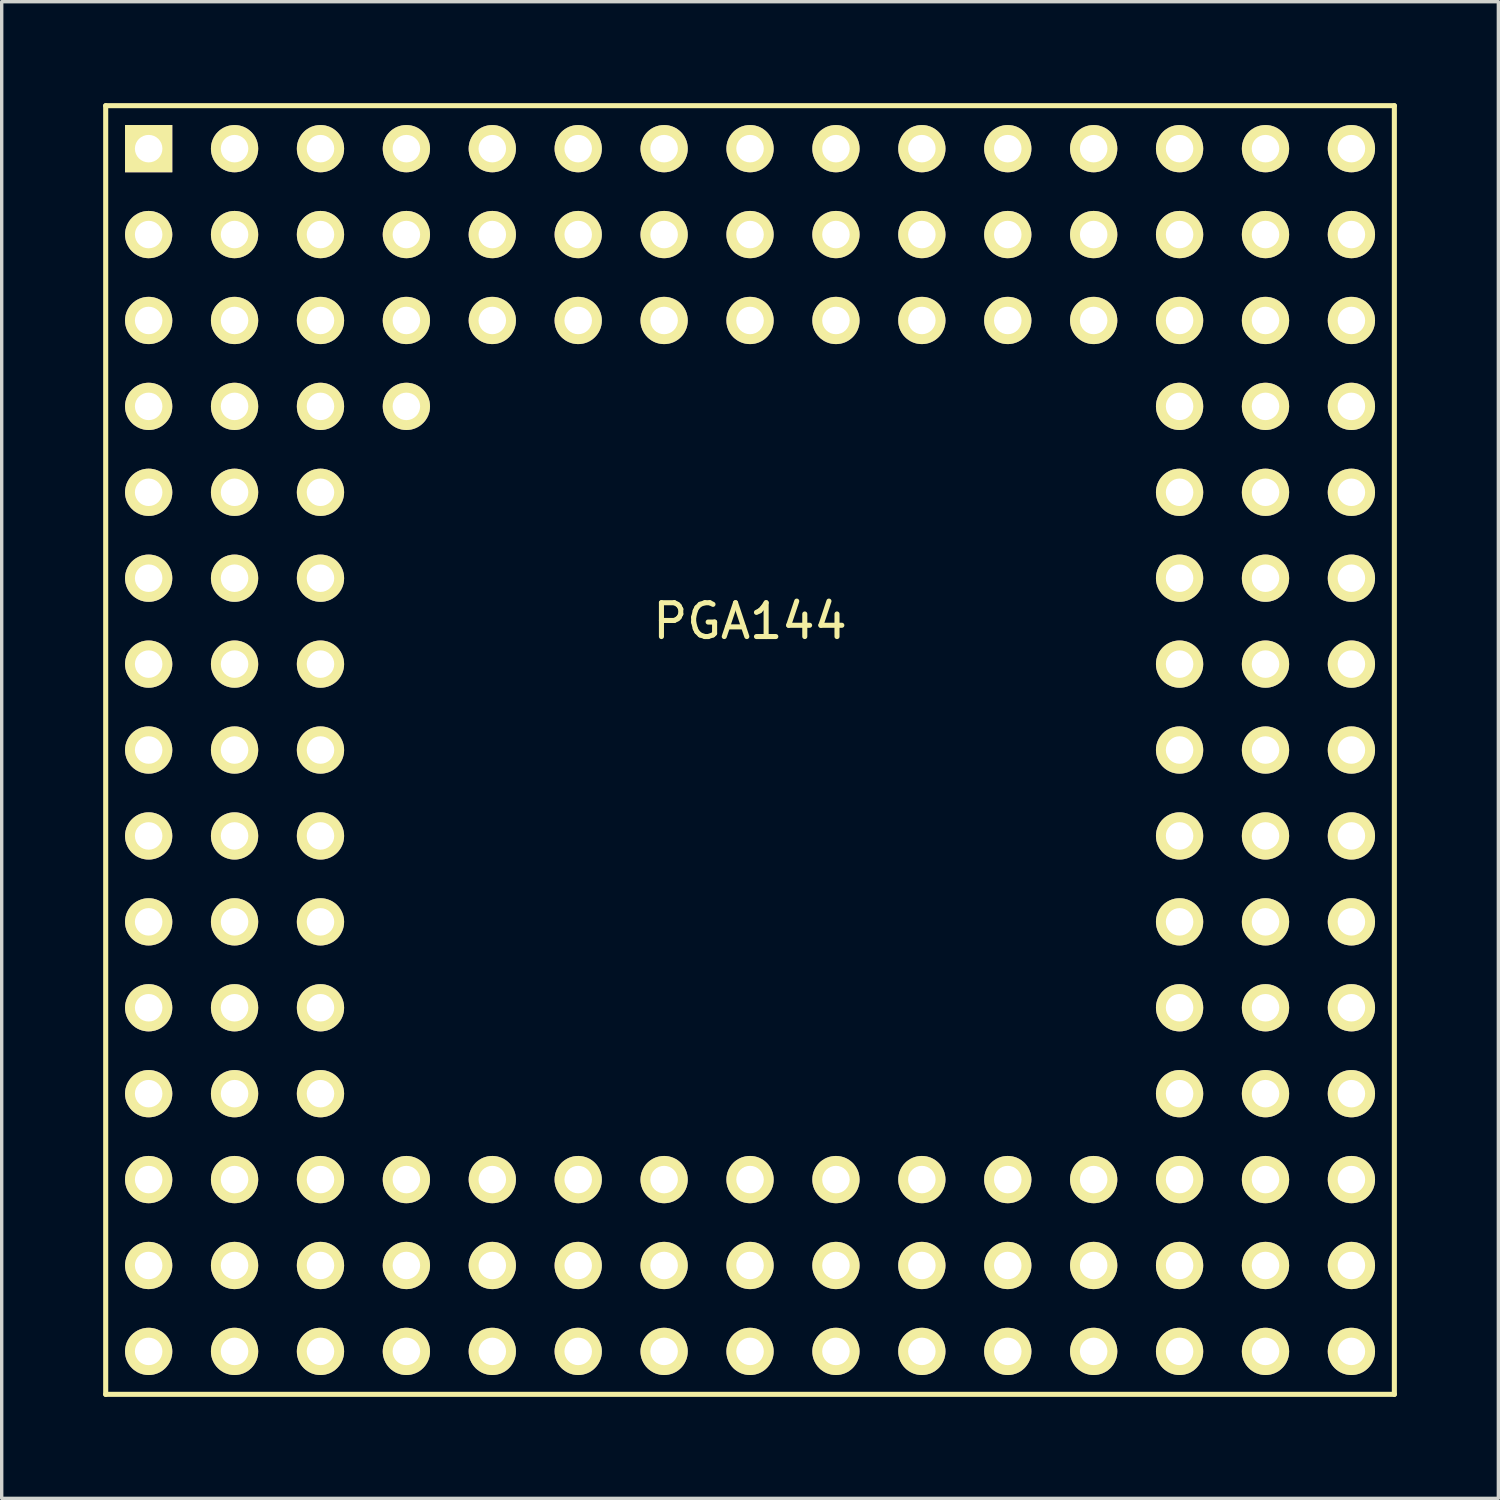
<source format=kicad_pcb>
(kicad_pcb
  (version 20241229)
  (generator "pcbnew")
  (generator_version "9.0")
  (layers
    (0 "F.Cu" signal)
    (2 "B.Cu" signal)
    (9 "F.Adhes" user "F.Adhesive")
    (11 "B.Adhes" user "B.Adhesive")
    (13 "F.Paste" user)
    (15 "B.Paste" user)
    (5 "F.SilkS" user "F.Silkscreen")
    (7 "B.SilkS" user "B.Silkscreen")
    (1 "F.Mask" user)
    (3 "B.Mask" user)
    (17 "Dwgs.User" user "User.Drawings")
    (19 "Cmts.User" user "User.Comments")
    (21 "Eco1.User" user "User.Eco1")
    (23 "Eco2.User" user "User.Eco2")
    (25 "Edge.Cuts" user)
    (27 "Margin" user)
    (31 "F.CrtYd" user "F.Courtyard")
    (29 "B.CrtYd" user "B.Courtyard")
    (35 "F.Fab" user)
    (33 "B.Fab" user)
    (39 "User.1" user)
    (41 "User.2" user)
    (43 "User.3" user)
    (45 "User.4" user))
  (footprint "PGA144"
    (layer "F.Cu")
    (at 19.125 19.125)
    (property "Reference" "PGA144" (at 0 -3.81 0) (layer "F.SilkS") (effects (font (size 1 1) (thickness 0.15))))
    (attr through_hole)
    (fp_line (start -19.05 -19.05) (end -19.05 19.05) (stroke (width 0.15) (type solid)) (layer "F.SilkS"))
    (fp_line (start -19.05 19.05) (end 19.05 19.05) (stroke (width 0.15) (type solid)) (layer "F.SilkS"))
    (fp_line (start 19.05 -19.05) (end -19.05 -19.05) (stroke (width 0.15) (type solid)) (layer "F.SilkS"))
    (fp_line (start 19.05 19.05) (end 19.05 -19.05) (stroke (width 0.15) (type solid)) (layer "F.SilkS"))
    (pad "A1" thru_hole rect (at -17.78 -17.78) (size 1.397 1.397) (drill 0.813) (layers "*.Cu" "*.Mask" "F.SilkS"))
    (pad "A2" thru_hole circle (at -15.24 -17.78) (size 1.397 1.397) (drill 0.813) (layers "*.Cu" "*.Mask" "F.SilkS"))
    (pad "A3" thru_hole circle (at -12.7 -17.78) (size 1.397 1.397) (drill 0.813) (layers "*.Cu" "*.Mask" "F.SilkS"))
    (pad "A4" thru_hole circle (at -10.16 -17.78) (size 1.397 1.397) (drill 0.813) (layers "*.Cu" "*.Mask" "F.SilkS"))
    (pad "A5" thru_hole circle (at -7.62 -17.78) (size 1.397 1.397) (drill 0.813) (layers "*.Cu" "*.Mask" "F.SilkS"))
    (pad "A6" thru_hole circle (at -5.08 -17.78) (size 1.397 1.397) (drill 0.813) (layers "*.Cu" "*.Mask" "F.SilkS"))
    (pad "A7" thru_hole circle (at -2.54 -17.78) (size 1.397 1.397) (drill 0.813) (layers "*.Cu" "*.Mask" "F.SilkS"))
    (pad "A8" thru_hole circle (at 0 -17.78) (size 1.397 1.397) (drill 0.813) (layers "*.Cu" "*.Mask" "F.SilkS"))
    (pad "A9" thru_hole circle (at 2.54 -17.78) (size 1.397 1.397) (drill 0.813) (layers "*.Cu" "*.Mask" "F.SilkS"))
    (pad "A10" thru_hole circle (at 5.08 -17.78) (size 1.397 1.397) (drill 0.813) (layers "*.Cu" "*.Mask" "F.SilkS"))
    (pad "A11" thru_hole circle (at 7.62 -17.78) (size 1.397 1.397) (drill 0.813) (layers "*.Cu" "*.Mask" "F.SilkS"))
    (pad "A12" thru_hole circle (at 10.16 -17.78) (size 1.397 1.397) (drill 0.813) (layers "*.Cu" "*.Mask" "F.SilkS"))
    (pad "A13" thru_hole circle (at 12.7 -17.78) (size 1.397 1.397) (drill 0.813) (layers "*.Cu" "*.Mask" "F.SilkS"))
    (pad "A14" thru_hole circle (at 15.24 -17.78) (size 1.397 1.397) (drill 0.813) (layers "*.Cu" "*.Mask" "F.SilkS"))
    (pad "A15" thru_hole circle (at 17.78 -17.78) (size 1.397 1.397) (drill 0.813) (layers "*.Cu" "*.Mask" "F.SilkS"))
    (pad "B1" thru_hole circle (at -17.78 -15.24) (size 1.397 1.397) (drill 0.813) (layers "*.Cu" "*.Mask" "F.SilkS"))
    (pad "B2" thru_hole circle (at -15.24 -15.24) (size 1.397 1.397) (drill 0.813) (layers "*.Cu" "*.Mask" "F.SilkS"))
    (pad "B3" thru_hole circle (at -12.7 -15.24) (size 1.397 1.397) (drill 0.813) (layers "*.Cu" "*.Mask" "F.SilkS"))
    (pad "B4" thru_hole circle (at -10.16 -15.24) (size 1.397 1.397) (drill 0.813) (layers "*.Cu" "*.Mask" "F.SilkS"))
    (pad "B5" thru_hole circle (at -7.62 -15.24) (size 1.397 1.397) (drill 0.813) (layers "*.Cu" "*.Mask" "F.SilkS"))
    (pad "B6" thru_hole circle (at -5.08 -15.24) (size 1.397 1.397) (drill 0.813) (layers "*.Cu" "*.Mask" "F.SilkS"))
    (pad "B7" thru_hole circle (at -2.54 -15.24) (size 1.397 1.397) (drill 0.813) (layers "*.Cu" "*.Mask" "F.SilkS"))
    (pad "B8" thru_hole circle (at 0 -15.24) (size 1.397 1.397) (drill 0.813) (layers "*.Cu" "*.Mask" "F.SilkS"))
    (pad "B9" thru_hole circle (at 2.54 -15.24) (size 1.397 1.397) (drill 0.813) (layers "*.Cu" "*.Mask" "F.SilkS"))
    (pad "B10" thru_hole circle (at 5.08 -15.24) (size 1.397 1.397) (drill 0.813) (layers "*.Cu" "*.Mask" "F.SilkS"))
    (pad "B11" thru_hole circle (at 7.62 -15.24) (size 1.397 1.397) (drill 0.813) (layers "*.Cu" "*.Mask" "F.SilkS"))
    (pad "B12" thru_hole circle (at 10.16 -15.24) (size 1.397 1.397) (drill 0.813) (layers "*.Cu" "*.Mask" "F.SilkS"))
    (pad "B13" thru_hole circle (at 12.7 -15.24) (size 1.397 1.397) (drill 0.813) (layers "*.Cu" "*.Mask" "F.SilkS"))
    (pad "B14" thru_hole circle (at 15.24 -15.24) (size 1.397 1.397) (drill 0.813) (layers "*.Cu" "*.Mask" "F.SilkS"))
    (pad "B15" thru_hole circle (at 17.78 -15.24) (size 1.397 1.397) (drill 0.813) (layers "*.Cu" "*.Mask" "F.SilkS"))
    (pad "C1" thru_hole circle (at -17.78 -12.7) (size 1.397 1.397) (drill 0.813) (layers "*.Cu" "*.Mask" "F.SilkS"))
    (pad "C2" thru_hole circle (at -15.24 -12.7) (size 1.397 1.397) (drill 0.813) (layers "*.Cu" "*.Mask" "F.SilkS"))
    (pad "C3" thru_hole circle (at -12.7 -12.7) (size 1.397 1.397) (drill 0.813) (layers "*.Cu" "*.Mask" "F.SilkS"))
    (pad "C4" thru_hole circle (at -10.16 -12.7) (size 1.397 1.397) (drill 0.813) (layers "*.Cu" "*.Mask" "F.SilkS"))
    (pad "C5" thru_hole circle (at -7.62 -12.7) (size 1.397 1.397) (drill 0.813) (layers "*.Cu" "*.Mask" "F.SilkS"))
    (pad "C6" thru_hole circle (at -5.08 -12.7) (size 1.397 1.397) (drill 0.813) (layers "*.Cu" "*.Mask" "F.SilkS"))
    (pad "C7" thru_hole circle (at -2.54 -12.7) (size 1.397 1.397) (drill 0.813) (layers "*.Cu" "*.Mask" "F.SilkS"))
    (pad "C8" thru_hole circle (at 0 -12.7) (size 1.397 1.397) (drill 0.813) (layers "*.Cu" "*.Mask" "F.SilkS"))
    (pad "C9" thru_hole circle (at 2.54 -12.7) (size 1.397 1.397) (drill 0.813) (layers "*.Cu" "*.Mask" "F.SilkS"))
    (pad "C10" thru_hole circle (at 5.08 -12.7) (size 1.397 1.397) (drill 0.813) (layers "*.Cu" "*.Mask" "F.SilkS"))
    (pad "C11" thru_hole circle (at 7.62 -12.7) (size 1.397 1.397) (drill 0.813) (layers "*.Cu" "*.Mask" "F.SilkS"))
    (pad "C12" thru_hole circle (at 10.16 -12.7) (size 1.397 1.397) (drill 0.813) (layers "*.Cu" "*.Mask" "F.SilkS"))
    (pad "C13" thru_hole circle (at 12.7 -12.7) (size 1.397 1.397) (drill 0.813) (layers "*.Cu" "*.Mask" "F.SilkS"))
    (pad "C14" thru_hole circle (at 15.24 -12.7) (size 1.397 1.397) (drill 0.813) (layers "*.Cu" "*.Mask" "F.SilkS"))
    (pad "C15" thru_hole circle (at 17.78 -12.7) (size 1.397 1.397) (drill 0.813) (layers "*.Cu" "*.Mask" "F.SilkS"))
    (pad "D1" thru_hole circle (at -17.78 -10.16) (size 1.397 1.397) (drill 0.813) (layers "*.Cu" "*.Mask" "F.SilkS"))
    (pad "D2" thru_hole circle (at -15.24 -10.16) (size 1.397 1.397) (drill 0.813) (layers "*.Cu" "*.Mask" "F.SilkS"))
    (pad "D3" thru_hole circle (at -12.7 -10.16) (size 1.397 1.397) (drill 0.813) (layers "*.Cu" "*.Mask" "F.SilkS"))
    (pad "D4" thru_hole circle (at -10.16 -10.16) (size 1.397 1.397) (drill 0.813) (layers "*.Cu" "*.Mask" "F.SilkS"))
    (pad "D13" thru_hole circle (at 12.7 -10.16) (size 1.397 1.397) (drill 0.813) (layers "*.Cu" "*.Mask" "F.SilkS"))
    (pad "D14" thru_hole circle (at 15.24 -10.16) (size 1.397 1.397) (drill 0.813) (layers "*.Cu" "*.Mask" "F.SilkS"))
    (pad "D15" thru_hole circle (at 17.78 -10.16) (size 1.397 1.397) (drill 0.813) (layers "*.Cu" "*.Mask" "F.SilkS"))
    (pad "E1" thru_hole circle (at -17.78 -7.62) (size 1.397 1.397) (drill 0.813) (layers "*.Cu" "*.Mask" "F.SilkS"))
    (pad "E2" thru_hole circle (at -15.24 -7.62) (size 1.397 1.397) (drill 0.813) (layers "*.Cu" "*.Mask" "F.SilkS"))
    (pad "E3" thru_hole circle (at -12.7 -7.62) (size 1.397 1.397) (drill 0.813) (layers "*.Cu" "*.Mask" "F.SilkS"))
    (pad "E13" thru_hole circle (at 12.7 -7.62) (size 1.397 1.397) (drill 0.813) (layers "*.Cu" "*.Mask" "F.SilkS"))
    (pad "E14" thru_hole circle (at 15.24 -7.62) (size 1.397 1.397) (drill 0.813) (layers "*.Cu" "*.Mask" "F.SilkS"))
    (pad "E15" thru_hole circle (at 17.78 -7.62) (size 1.397 1.397) (drill 0.813) (layers "*.Cu" "*.Mask" "F.SilkS"))
    (pad "F1" thru_hole circle (at -17.78 -5.08) (size 1.397 1.397) (drill 0.813) (layers "*.Cu" "*.Mask" "F.SilkS"))
    (pad "F2" thru_hole circle (at -15.24 -5.08) (size 1.397 1.397) (drill 0.813) (layers "*.Cu" "*.Mask" "F.SilkS"))
    (pad "F3" thru_hole circle (at -12.7 -5.08) (size 1.397 1.397) (drill 0.813) (layers "*.Cu" "*.Mask" "F.SilkS"))
    (pad "F13" thru_hole circle (at 12.7 -5.08) (size 1.397 1.397) (drill 0.813) (layers "*.Cu" "*.Mask" "F.SilkS"))
    (pad "F14" thru_hole circle (at 15.24 -5.08) (size 1.397 1.397) (drill 0.813) (layers "*.Cu" "*.Mask" "F.SilkS"))
    (pad "F15" thru_hole circle (at 17.78 -5.08) (size 1.397 1.397) (drill 0.813) (layers "*.Cu" "*.Mask" "F.SilkS"))
    (pad "G1" thru_hole circle (at -17.78 -2.54) (size 1.397 1.397) (drill 0.813) (layers "*.Cu" "*.Mask" "F.SilkS"))
    (pad "G2" thru_hole circle (at -15.24 -2.54) (size 1.397 1.397) (drill 0.813) (layers "*.Cu" "*.Mask" "F.SilkS"))
    (pad "G3" thru_hole circle (at -12.7 -2.54) (size 1.397 1.397) (drill 0.813) (layers "*.Cu" "*.Mask" "F.SilkS"))
    (pad "G13" thru_hole circle (at 12.7 -2.54) (size 1.397 1.397) (drill 0.813) (layers "*.Cu" "*.Mask" "F.SilkS"))
    (pad "G14" thru_hole circle (at 15.24 -2.54) (size 1.397 1.397) (drill 0.813) (layers "*.Cu" "*.Mask" "F.SilkS"))
    (pad "G15" thru_hole circle (at 17.78 -2.54) (size 1.397 1.397) (drill 0.813) (layers "*.Cu" "*.Mask" "F.SilkS"))
    (pad "H1" thru_hole circle (at -17.78 0) (size 1.397 1.397) (drill 0.813) (layers "*.Cu" "*.Mask" "F.SilkS"))
    (pad "H2" thru_hole circle (at -15.24 0) (size 1.397 1.397) (drill 0.813) (layers "*.Cu" "*.Mask" "F.SilkS"))
    (pad "H3" thru_hole circle (at -12.7 0) (size 1.397 1.397) (drill 0.813) (layers "*.Cu" "*.Mask" "F.SilkS"))
    (pad "H13" thru_hole circle (at 12.7 0) (size 1.397 1.397) (drill 0.813) (layers "*.Cu" "*.Mask" "F.SilkS"))
    (pad "H14" thru_hole circle (at 15.24 0) (size 1.397 1.397) (drill 0.813) (layers "*.Cu" "*.Mask" "F.SilkS"))
    (pad "H15" thru_hole circle (at 17.78 0) (size 1.397 1.397) (drill 0.813) (layers "*.Cu" "*.Mask" "F.SilkS"))
    (pad "J1" thru_hole circle (at -17.78 2.54) (size 1.397 1.397) (drill 0.813) (layers "*.Cu" "*.Mask" "F.SilkS"))
    (pad "J2" thru_hole circle (at -15.24 2.54) (size 1.397 1.397) (drill 0.813) (layers "*.Cu" "*.Mask" "F.SilkS"))
    (pad "J3" thru_hole circle (at -12.7 2.54) (size 1.397 1.397) (drill 0.813) (layers "*.Cu" "*.Mask" "F.SilkS"))
    (pad "J13" thru_hole circle (at 12.7 2.54) (size 1.397 1.397) (drill 0.813) (layers "*.Cu" "*.Mask" "F.SilkS"))
    (pad "J14" thru_hole circle (at 15.24 2.54) (size 1.397 1.397) (drill 0.813) (layers "*.Cu" "*.Mask" "F.SilkS"))
    (pad "J15" thru_hole circle (at 17.78 2.54) (size 1.397 1.397) (drill 0.813) (layers "*.Cu" "*.Mask" "F.SilkS"))
    (pad "K1" thru_hole circle (at -17.78 5.08) (size 1.397 1.397) (drill 0.813) (layers "*.Cu" "*.Mask" "F.SilkS"))
    (pad "K2" thru_hole circle (at -15.24 5.08) (size 1.397 1.397) (drill 0.813) (layers "*.Cu" "*.Mask" "F.SilkS"))
    (pad "K3" thru_hole circle (at -12.7 5.08) (size 1.397 1.397) (drill 0.813) (layers "*.Cu" "*.Mask" "F.SilkS"))
    (pad "K13" thru_hole circle (at 12.7 5.08) (size 1.397 1.397) (drill 0.813) (layers "*.Cu" "*.Mask" "F.SilkS"))
    (pad "K14" thru_hole circle (at 15.24 5.08) (size 1.397 1.397) (drill 0.813) (layers "*.Cu" "*.Mask" "F.SilkS"))
    (pad "K15" thru_hole circle (at 17.78 5.08) (size 1.397 1.397) (drill 0.813) (layers "*.Cu" "*.Mask" "F.SilkS"))
    (pad "L1" thru_hole circle (at -17.78 7.62) (size 1.397 1.397) (drill 0.813) (layers "*.Cu" "*.Mask" "F.SilkS"))
    (pad "L2" thru_hole circle (at -15.24 7.62) (size 1.397 1.397) (drill 0.813) (layers "*.Cu" "*.Mask" "F.SilkS"))
    (pad "L3" thru_hole circle (at -12.7 7.62) (size 1.397 1.397) (drill 0.813) (layers "*.Cu" "*.Mask" "F.SilkS"))
    (pad "L13" thru_hole circle (at 12.7 7.62) (size 1.397 1.397) (drill 0.813) (layers "*.Cu" "*.Mask" "F.SilkS"))
    (pad "L14" thru_hole circle (at 15.24 7.62) (size 1.397 1.397) (drill 0.813) (layers "*.Cu" "*.Mask" "F.SilkS"))
    (pad "L15" thru_hole circle (at 17.78 7.62) (size 1.397 1.397) (drill 0.813) (layers "*.Cu" "*.Mask" "F.SilkS"))
    (pad "M1" thru_hole circle (at -17.78 10.16) (size 1.397 1.397) (drill 0.813) (layers "*.Cu" "*.Mask" "F.SilkS"))
    (pad "M2" thru_hole circle (at -15.24 10.16) (size 1.397 1.397) (drill 0.813) (layers "*.Cu" "*.Mask" "F.SilkS"))
    (pad "M3" thru_hole circle (at -12.7 10.16) (size 1.397 1.397) (drill 0.813) (layers "*.Cu" "*.Mask" "F.SilkS"))
    (pad "M13" thru_hole circle (at 12.7 10.16) (size 1.397 1.397) (drill 0.813) (layers "*.Cu" "*.Mask" "F.SilkS"))
    (pad "M14" thru_hole circle (at 15.24 10.16) (size 1.397 1.397) (drill 0.813) (layers "*.Cu" "*.Mask" "F.SilkS"))
    (pad "M15" thru_hole circle (at 17.78 10.16) (size 1.397 1.397) (drill 0.813) (layers "*.Cu" "*.Mask" "F.SilkS"))
    (pad "N1" thru_hole circle (at -17.78 12.7) (size 1.397 1.397) (drill 0.813) (layers "*.Cu" "*.Mask" "F.SilkS"))
    (pad "N2" thru_hole circle (at -15.24 12.7) (size 1.397 1.397) (drill 0.813) (layers "*.Cu" "*.Mask" "F.SilkS"))
    (pad "N3" thru_hole circle (at -12.7 12.7) (size 1.397 1.397) (drill 0.813) (layers "*.Cu" "*.Mask" "F.SilkS"))
    (pad "N4" thru_hole circle (at -10.16 12.7) (size 1.397 1.397) (drill 0.813) (layers "*.Cu" "*.Mask" "F.SilkS"))
    (pad "N5" thru_hole circle (at -7.62 12.7) (size 1.397 1.397) (drill 0.813) (layers "*.Cu" "*.Mask" "F.SilkS"))
    (pad "N6" thru_hole circle (at -5.08 12.7) (size 1.397 1.397) (drill 0.813) (layers "*.Cu" "*.Mask" "F.SilkS"))
    (pad "N7" thru_hole circle (at -2.54 12.7) (size 1.397 1.397) (drill 0.813) (layers "*.Cu" "*.Mask" "F.SilkS"))
    (pad "N8" thru_hole circle (at 0 12.7) (size 1.397 1.397) (drill 0.813) (layers "*.Cu" "*.Mask" "F.SilkS"))
    (pad "N9" thru_hole circle (at 2.54 12.7) (size 1.397 1.397) (drill 0.813) (layers "*.Cu" "*.Mask" "F.SilkS"))
    (pad "N10" thru_hole circle (at 5.08 12.7) (size 1.397 1.397) (drill 0.813) (layers "*.Cu" "*.Mask" "F.SilkS"))
    (pad "N11" thru_hole circle (at 7.62 12.7) (size 1.397 1.397) (drill 0.813) (layers "*.Cu" "*.Mask" "F.SilkS"))
    (pad "N12" thru_hole circle (at 10.16 12.7) (size 1.397 1.397) (drill 0.813) (layers "*.Cu" "*.Mask" "F.SilkS"))
    (pad "N13" thru_hole circle (at 12.7 12.7) (size 1.397 1.397) (drill 0.813) (layers "*.Cu" "*.Mask" "F.SilkS"))
    (pad "N14" thru_hole circle (at 15.24 12.7) (size 1.397 1.397) (drill 0.813) (layers "*.Cu" "*.Mask" "F.SilkS"))
    (pad "N15" thru_hole circle (at 17.78 12.7) (size 1.397 1.397) (drill 0.813) (layers "*.Cu" "*.Mask" "F.SilkS"))
    (pad "P1" thru_hole circle (at -17.78 15.24) (size 1.397 1.397) (drill 0.813) (layers "*.Cu" "*.Mask" "F.SilkS"))
    (pad "P2" thru_hole circle (at -15.24 15.24) (size 1.397 1.397) (drill 0.813) (layers "*.Cu" "*.Mask" "F.SilkS"))
    (pad "P3" thru_hole circle (at -12.7 15.24) (size 1.397 1.397) (drill 0.813) (layers "*.Cu" "*.Mask" "F.SilkS"))
    (pad "P4" thru_hole circle (at -10.16 15.24) (size 1.397 1.397) (drill 0.813) (layers "*.Cu" "*.Mask" "F.SilkS"))
    (pad "P5" thru_hole circle (at -7.62 15.24) (size 1.397 1.397) (drill 0.813) (layers "*.Cu" "*.Mask" "F.SilkS"))
    (pad "P6" thru_hole circle (at -5.08 15.24) (size 1.397 1.397) (drill 0.813) (layers "*.Cu" "*.Mask" "F.SilkS"))
    (pad "P7" thru_hole circle (at -2.54 15.24) (size 1.397 1.397) (drill 0.813) (layers "*.Cu" "*.Mask" "F.SilkS"))
    (pad "P8" thru_hole circle (at 0 15.24) (size 1.397 1.397) (drill 0.813) (layers "*.Cu" "*.Mask" "F.SilkS"))
    (pad "P9" thru_hole circle (at 2.54 15.24) (size 1.397 1.397) (drill 0.813) (layers "*.Cu" "*.Mask" "F.SilkS"))
    (pad "P10" thru_hole circle (at 5.08 15.24) (size 1.397 1.397) (drill 0.813) (layers "*.Cu" "*.Mask" "F.SilkS"))
    (pad "P11" thru_hole circle (at 7.62 15.24) (size 1.397 1.397) (drill 0.813) (layers "*.Cu" "*.Mask" "F.SilkS"))
    (pad "P12" thru_hole circle (at 10.16 15.24) (size 1.397 1.397) (drill 0.813) (layers "*.Cu" "*.Mask" "F.SilkS"))
    (pad "P13" thru_hole circle (at 12.7 15.24) (size 1.397 1.397) (drill 0.813) (layers "*.Cu" "*.Mask" "F.SilkS"))
    (pad "P14" thru_hole circle (at 15.24 15.24) (size 1.397 1.397) (drill 0.813) (layers "*.Cu" "*.Mask" "F.SilkS"))
    (pad "P15" thru_hole circle (at 17.78 15.24) (size 1.397 1.397) (drill 0.813) (layers "*.Cu" "*.Mask" "F.SilkS"))
    (pad "Q1" thru_hole circle (at -17.78 17.78) (size 1.397 1.397) (drill 0.813) (layers "*.Cu" "*.Mask" "F.SilkS"))
    (pad "Q2" thru_hole circle (at -15.24 17.78) (size 1.397 1.397) (drill 0.813) (layers "*.Cu" "*.Mask" "F.SilkS"))
    (pad "Q3" thru_hole circle (at -12.7 17.78) (size 1.397 1.397) (drill 0.813) (layers "*.Cu" "*.Mask" "F.SilkS"))
    (pad "Q4" thru_hole circle (at -10.16 17.78) (size 1.397 1.397) (drill 0.813) (layers "*.Cu" "*.Mask" "F.SilkS"))
    (pad "Q5" thru_hole circle (at -7.62 17.78) (size 1.397 1.397) (drill 0.813) (layers "*.Cu" "*.Mask" "F.SilkS"))
    (pad "Q6" thru_hole circle (at -5.08 17.78) (size 1.397 1.397) (drill 0.813) (layers "*.Cu" "*.Mask" "F.SilkS"))
    (pad "Q7" thru_hole circle (at -2.54 17.78) (size 1.397 1.397) (drill 0.813) (layers "*.Cu" "*.Mask" "F.SilkS"))
    (pad "Q8" thru_hole circle (at 0 17.78) (size 1.397 1.397) (drill 0.813) (layers "*.Cu" "*.Mask" "F.SilkS"))
    (pad "Q9" thru_hole circle (at 2.54 17.78) (size 1.397 1.397) (drill 0.813) (layers "*.Cu" "*.Mask" "F.SilkS"))
    (pad "Q10" thru_hole circle (at 5.08 17.78) (size 1.397 1.397) (drill 0.813) (layers "*.Cu" "*.Mask" "F.SilkS"))
    (pad "Q11" thru_hole circle (at 7.62 17.78) (size 1.397 1.397) (drill 0.813) (layers "*.Cu" "*.Mask" "F.SilkS"))
    (pad "Q12" thru_hole circle (at 10.16 17.78) (size 1.397 1.397) (drill 0.813) (layers "*.Cu" "*.Mask" "F.SilkS"))
    (pad "Q13" thru_hole circle (at 12.7 17.78) (size 1.397 1.397) (drill 0.813) (layers "*.Cu" "*.Mask" "F.SilkS"))
    (pad "Q14" thru_hole circle (at 15.24 17.78) (size 1.397 1.397) (drill 0.813) (layers "*.Cu" "*.Mask" "F.SilkS"))
    (pad "Q15" thru_hole circle (at 17.78 17.78) (size 1.397 1.397) (drill 0.813) (layers "*.Cu" "*.Mask" "F.SilkS")))
  (gr_rect
    (start -3 -3)
    (end 41.25 41.25)
    (stroke (width 0.1) (type default))
    (fill no)
    (layer "Edge.Cuts")))
</source>
